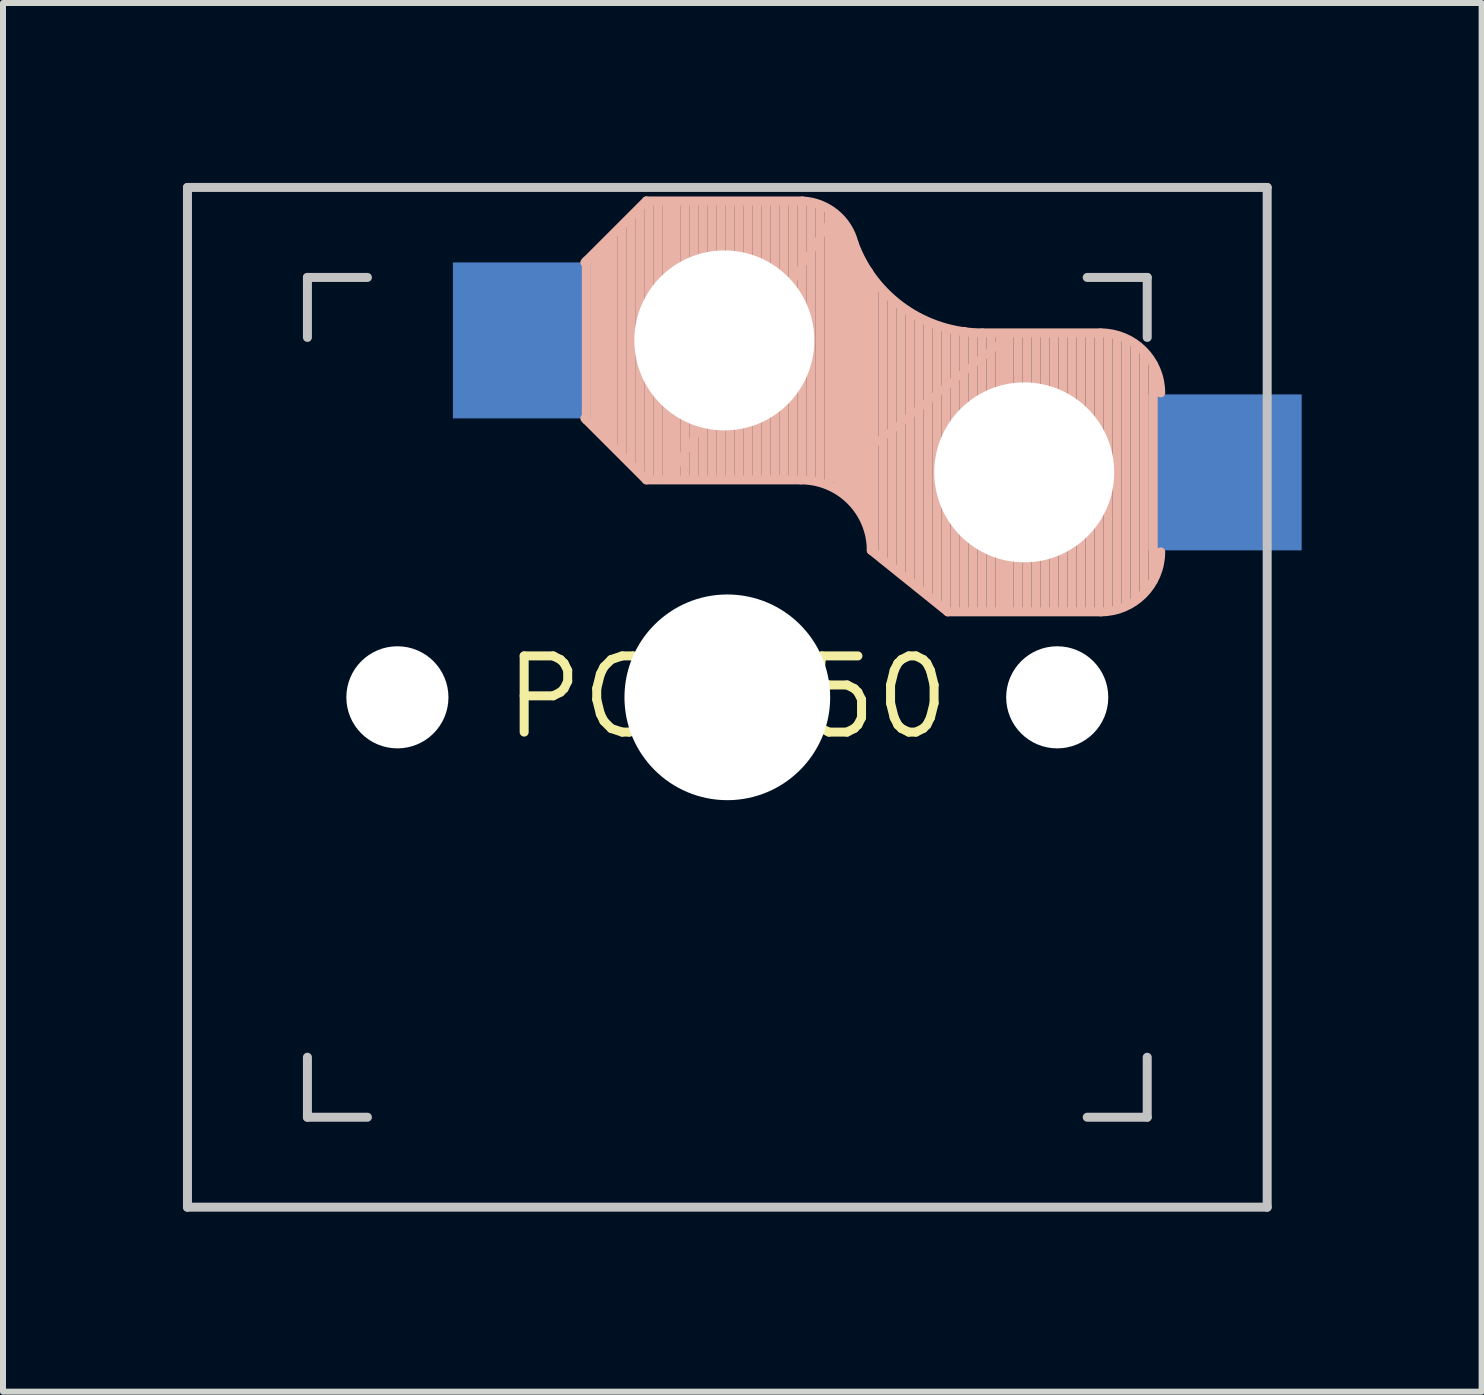
<source format=kicad_pcb>
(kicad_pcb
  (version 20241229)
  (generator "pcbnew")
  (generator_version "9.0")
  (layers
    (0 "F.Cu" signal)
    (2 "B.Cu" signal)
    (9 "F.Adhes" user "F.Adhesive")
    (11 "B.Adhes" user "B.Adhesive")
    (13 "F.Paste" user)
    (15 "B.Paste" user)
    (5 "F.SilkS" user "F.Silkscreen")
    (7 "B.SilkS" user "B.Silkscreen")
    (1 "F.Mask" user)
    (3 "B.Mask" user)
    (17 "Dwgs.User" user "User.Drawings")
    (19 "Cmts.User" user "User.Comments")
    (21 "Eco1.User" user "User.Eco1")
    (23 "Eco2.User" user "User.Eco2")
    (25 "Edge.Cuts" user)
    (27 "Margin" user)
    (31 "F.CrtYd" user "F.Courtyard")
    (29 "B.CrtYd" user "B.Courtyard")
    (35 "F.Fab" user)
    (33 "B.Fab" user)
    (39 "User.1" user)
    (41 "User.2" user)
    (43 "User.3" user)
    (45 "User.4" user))
  (footprint "PG1350"
    (layer "F.Cu")
    (at 9.075 8.575)
    (property "Reference" "PG1350" (at 0 0 0) (layer "F.SilkS") (effects (font (size 1.27 1.27) (thickness 0.15))))
    (attr through_hole)
    (fp_line (start -2.35 -4.625) (end -2.35 -7.275) (stroke (width 0.15) (type solid)) (layer "B.SilkS"))
    (fp_line (start -2.2 -7.4) (end -2.2 -4.55) (stroke (width 0.15) (type solid)) (layer "B.SilkS"))
    (fp_line (start -2.1 -7.5) (end -2.1 -4.45) (stroke (width 0.15) (type solid)) (layer "B.SilkS"))
    (fp_line (start -2 -7.6) (end -2 -4.35) (stroke (width 0.15) (type solid)) (layer "B.SilkS"))
    (fp_line (start -1.9 -7.7) (end -1.9 -4.2) (stroke (width 0.15) (type solid)) (layer "B.SilkS"))
    (fp_line (start -1.75 -7.85) (end -1.75 -4.05) (stroke (width 0.15) (type solid)) (layer "B.SilkS"))
    (fp_line (start -1.6 -8) (end -1.6 -3.9) (stroke (width 0.15) (type solid)) (layer "B.SilkS"))
    (fp_line (start -1.45 -8.15) (end -1.45 -3.75) (stroke (width 0.15) (type solid)) (layer "B.SilkS"))
    (fp_line (start -1.35 -8.275) (end -2.375 -7.25) (stroke (width 0.15) (type solid)) (layer "B.SilkS"))
    (fp_line (start -1.35 -8.275) (end 1.25 -8.275) (stroke (width 0.15) (type solid)) (layer "B.SilkS"))
    (fp_line (start -1.35 -3.625) (end -2.375 -4.65) (stroke (width 0.15) (type solid)) (layer "B.SilkS"))
    (fp_line (start -1.35 -3.625) (end 1.225 -3.625) (stroke (width 0.15) (type solid)) (layer "B.SilkS"))
    (fp_line (start -1.3 -8.25) (end -1.3 -3.65) (stroke (width 0.15) (type solid)) (layer "B.SilkS"))
    (fp_line (start -1.15 -8.25) (end -1.15 -3.65) (stroke (width 0.15) (type solid)) (layer "B.SilkS"))
    (fp_line (start -1 -8.25) (end -1 -3.65) (stroke (width 0.15) (type solid)) (layer "B.SilkS"))
    (fp_line (start -0.95 -8.15) (end -0.95 -3.7) (stroke (width 0.12) (type solid)) (layer "B.SilkS"))
    (fp_line (start -0.95 -3.7) (end 1.75 -8) (stroke (width 0.12) (type solid)) (layer "B.SilkS"))
    (fp_line (start -0.85 -8.25) (end -0.85 -3.65) (stroke (width 0.15) (type solid)) (layer "B.SilkS"))
    (fp_line (start -0.7 -8.25) (end -0.7 -3.65) (stroke (width 0.15) (type solid)) (layer "B.SilkS"))
    (fp_line (start -0.55 -8.25) (end -0.55 -3.65) (stroke (width 0.15) (type solid)) (layer "B.SilkS"))
    (fp_line (start -0.4 -8.25) (end -0.4 -3.65) (stroke (width 0.15) (type solid)) (layer "B.SilkS"))
    (fp_line (start -0.25 -8.25) (end -0.25 -3.65) (stroke (width 0.15) (type solid)) (layer "B.SilkS"))
    (fp_line (start -0.1 -8.25) (end -0.1 -3.65) (stroke (width 0.15) (type solid)) (layer "B.SilkS"))
    (fp_line (start 0.05 -8.25) (end 0.05 -3.65) (stroke (width 0.15) (type solid)) (layer "B.SilkS"))
    (fp_line (start 0.2 -8.25) (end 0.2 -3.65) (stroke (width 0.15) (type solid)) (layer "B.SilkS"))
    (fp_line (start 0.35 -8.25) (end 0.35 -3.65) (stroke (width 0.15) (type solid)) (layer "B.SilkS"))
    (fp_line (start 0.5 -8.25) (end 0.5 -3.65) (stroke (width 0.15) (type solid)) (layer "B.SilkS"))
    (fp_line (start 0.65 -8.25) (end 0.65 -3.65) (stroke (width 0.15) (type solid)) (layer "B.SilkS"))
    (fp_line (start 0.8 -8.25) (end 0.8 -3.65) (stroke (width 0.15) (type solid)) (layer "B.SilkS"))
    (fp_line (start 0.95 -8.25) (end 0.95 -3.65) (stroke (width 0.15) (type solid)) (layer "B.SilkS"))
    (fp_line (start 1.1 -8.25) (end 1.1 -3.7) (stroke (width 0.15) (type solid)) (layer "B.SilkS"))
    (fp_line (start 1.25 -8.25) (end 1.25 -3.65) (stroke (width 0.15) (type solid)) (layer "B.SilkS"))
    (fp_line (start 1.4 -8.25) (end 1.4 -3.65) (stroke (width 0.15) (type solid)) (layer "B.SilkS"))
    (fp_line (start 1.55 -8.2) (end 1.55 -3.65) (stroke (width 0.15) (type solid)) (layer "B.SilkS"))
    (fp_line (start 1.7 -8.1) (end 1.7 -3.55) (stroke (width 0.15) (type solid)) (layer "B.SilkS"))
    (fp_line (start 1.75 -8) (end 1.75 -3.65) (stroke (width 0.12) (type solid)) (layer "B.SilkS"))
    (fp_line (start 1.75 -3.65) (end 4.6 -5.95) (stroke (width 0.12) (type solid)) (layer "B.SilkS"))
    (fp_line (start 1.85 -8) (end 1.85 -3.5) (stroke (width 0.15) (type solid)) (layer "B.SilkS"))
    (fp_line (start 1.95 -7.85) (end 1.95 -3.45) (stroke (width 0.15) (type solid)) (layer "B.SilkS"))
    (fp_line (start 2.05 -7.6) (end 2.05 -3.4) (stroke (width 0.15) (type solid)) (layer "B.SilkS"))
    (fp_line (start 2.15 -7.45) (end 2.15 -3.3) (stroke (width 0.15) (type solid)) (layer "B.SilkS"))
    (fp_line (start 2.25 -7.25) (end 2.25 -3.1) (stroke (width 0.15) (type solid)) (layer "B.SilkS"))
    (fp_line (start 2.35 -7.1) (end 2.35 -2.95) (stroke (width 0.15) (type solid)) (layer "B.SilkS"))
    (fp_line (start 2.45 -6.9) (end 2.45 -2.45) (stroke (width 0.15) (type solid)) (layer "B.SilkS"))
    (fp_line (start 2.6 -6.75) (end 2.6 -2.3) (stroke (width 0.15) (type solid)) (layer "B.SilkS"))
    (fp_line (start 2.75 -6.6) (end 2.75 -2.2) (stroke (width 0.15) (type solid)) (layer "B.SilkS"))
    (fp_line (start 2.9 -6.5) (end 2.9 -2.1) (stroke (width 0.15) (type solid)) (layer "B.SilkS"))
    (fp_line (start 3.05 -6.4) (end 3.05 -1.95) (stroke (width 0.15) (type solid)) (layer "B.SilkS"))
    (fp_line (start 3.2 -6.3) (end 3.2 -1.85) (stroke (width 0.15) (type solid)) (layer "B.SilkS"))
    (fp_line (start 3.35 -6.25) (end 3.35 -1.7) (stroke (width 0.15) (type solid)) (layer "B.SilkS"))
    (fp_line (start 3.5 -6.15) (end 3.5 -1.6) (stroke (width 0.15) (type solid)) (layer "B.SilkS"))
    (fp_line (start 3.65 -6.1) (end 3.65 -1.5) (stroke (width 0.15) (type solid)) (layer "B.SilkS"))
    (fp_line (start 3.675 -1.425) (end 2.4 -2.45) (stroke (width 0.15) (type solid)) (layer "B.SilkS"))
    (fp_line (start 3.675 -1.425) (end 6.225 -1.425) (stroke (width 0.15) (type solid)) (layer "B.SilkS"))
    (fp_line (start 3.8 -6.1) (end 3.8 -1.45) (stroke (width 0.15) (type solid)) (layer "B.SilkS"))
    (fp_line (start 3.95 -6.1) (end 3.95 -1.45) (stroke (width 0.15) (type solid)) (layer "B.SilkS"))
    (fp_line (start 4.1 -6.05) (end 4.1 -1.5) (stroke (width 0.15) (type solid)) (layer "B.SilkS"))
    (fp_line (start 4.25 -6.075) (end 6.225 -6.075) (stroke (width 0.15) (type solid)) (layer "B.SilkS"))
    (fp_line (start 4.25 -6.05) (end 4.25 -1.45) (stroke (width 0.15) (type solid)) (layer "B.SilkS"))
    (fp_line (start 4.4 -6.05) (end 4.4 -1.45) (stroke (width 0.15) (type solid)) (layer "B.SilkS"))
    (fp_line (start 4.55 -6.05) (end 4.55 -1.45) (stroke (width 0.15) (type solid)) (layer "B.SilkS"))
    (fp_line (start 4.6 -5.95) (end 4.6 -1.45) (stroke (width 0.12) (type solid)) (layer "B.SilkS"))
    (fp_line (start 4.7 -6.05) (end 4.7 -1.45) (stroke (width 0.15) (type solid)) (layer "B.SilkS"))
    (fp_line (start 4.85 -6.05) (end 4.85 -1.45) (stroke (width 0.15) (type solid)) (layer "B.SilkS"))
    (fp_line (start 5 -6.05) (end 5 -1.45) (stroke (width 0.15) (type solid)) (layer "B.SilkS"))
    (fp_line (start 5.15 -6.05) (end 5.15 -1.45) (stroke (width 0.15) (type solid)) (layer "B.SilkS"))
    (fp_line (start 5.3 -6.05) (end 5.3 -1.45) (stroke (width 0.15) (type solid)) (layer "B.SilkS"))
    (fp_line (start 5.45 -6.05) (end 5.45 -1.45) (stroke (width 0.15) (type solid)) (layer "B.SilkS"))
    (fp_line (start 5.6 -6.05) (end 5.6 -1.45) (stroke (width 0.15) (type solid)) (layer "B.SilkS"))
    (fp_line (start 5.75 -6.05) (end 5.75 -1.45) (stroke (width 0.15) (type solid)) (layer "B.SilkS"))
    (fp_line (start 5.9 -6.05) (end 5.9 -1.45) (stroke (width 0.15) (type solid)) (layer "B.SilkS"))
    (fp_line (start 6.05 -6.05) (end 6.05 -1.45) (stroke (width 0.15) (type solid)) (layer "B.SilkS"))
    (fp_line (start 6.2 -6.05) (end 6.2 -1.45) (stroke (width 0.15) (type solid)) (layer "B.SilkS"))
    (fp_line (start 6.35 -6.05) (end 6.35 -1.5) (stroke (width 0.15) (type solid)) (layer "B.SilkS"))
    (fp_line (start 6.5 -6) (end 6.5 -1.5) (stroke (width 0.15) (type solid)) (layer "B.SilkS"))
    (fp_line (start 6.65 -5.95) (end 6.65 -1.55) (stroke (width 0.15) (type solid)) (layer "B.SilkS"))
    (fp_line (start 6.8 -5.85) (end 6.8 -1.65) (stroke (width 0.15) (type solid)) (layer "B.SilkS"))
    (fp_line (start 6.95 -5.75) (end 6.95 -1.75) (stroke (width 0.15) (type solid)) (layer "B.SilkS"))
    (fp_line (start 7.1 -5.55) (end 7.1 -1.95) (stroke (width 0.15) (type solid)) (layer "B.SilkS"))
    (fp_arc (start 1.225 -3.625) (mid 2.05585 -3.28085) (end 2.4 -2.45) (stroke (width 0.15) (type solid)) (layer "B.SilkS"))
    (fp_arc (start 1.250995 -8.273791) (mid 1.798286 -8.066021) (end 2.112199 -7.571904) (stroke (width 0.15) (type solid)) (layer "B.SilkS"))
    (fp_arc (start 4.25 -6.075) (mid 2.945114 -6.486429) (end 2.112199 -7.571904) (stroke (width 0.15) (type solid)) (layer "B.SilkS"))
    (fp_arc (start 6.225 -6.075) (mid 6.932107 -5.782107) (end 7.225 -5.075) (stroke (width 0.15) (type solid)) (layer "B.SilkS"))
    (fp_arc (start 7.225 -2.425) (mid 6.932107 -1.717893) (end 6.225 -1.425) (stroke (width 0.15) (type solid)) (layer "B.SilkS"))
    (fp_line (start -9 -8.5) (end 9 -8.5) (stroke (width 0.15) (type solid)) (layer "Dwgs.User"))
    (fp_line (start -9 8.5) (end -9 -8.5) (stroke (width 0.15) (type solid)) (layer "Dwgs.User"))
    (fp_line (start -7 -6) (end -7 -7) (stroke (width 0.15) (type solid)) (layer "Dwgs.User"))
    (fp_line (start -7 7) (end -7 6) (stroke (width 0.15) (type solid)) (layer "Dwgs.User"))
    (fp_line (start -7 7) (end -6 7) (stroke (width 0.15) (type solid)) (layer "Dwgs.User"))
    (fp_line (start -6 -7) (end -7 -7) (stroke (width 0.15) (type solid)) (layer "Dwgs.User"))
    (fp_line (start 6 7) (end 7 7) (stroke (width 0.15) (type solid)) (layer "Dwgs.User"))
    (fp_line (start 7 -7) (end 6 -7) (stroke (width 0.15) (type solid)) (layer "Dwgs.User"))
    (fp_line (start 7 -7) (end 7 -6) (stroke (width 0.15) (type solid)) (layer "Dwgs.User"))
    (fp_line (start 7 6) (end 7 7) (stroke (width 0.15) (type solid)) (layer "Dwgs.User"))
    (fp_line (start 9 -8.5) (end 9 8.5) (stroke (width 0.15) (type solid)) (layer "Dwgs.User"))
    (fp_line (start 9 8.5) (end -9 8.5) (stroke (width 0.15) (type solid)) (layer "Dwgs.User"))
    (pad "" np_thru_hole circle (at -5.5 0) (size 1.702 1.702) (drill 1.702) (layers "*.Cu" "*.Mask"))
    (pad "" np_thru_hole circle (at -0.05 -5.95 270) (size 3 3) (drill 3) (layers "*.Cu" "*.Mask"))
    (pad "" np_thru_hole circle (at 0 0) (size 3.429 3.429) (drill 3.429) (layers "*.Cu" "*.Mask"))
    (pad "" np_thru_hole circle (at 4.95 -3.75 270) (size 3 3) (drill 3) (layers "*.Cu" "*.Mask"))
    (pad "" np_thru_hole circle (at 5.5 0) (size 1.702 1.702) (drill 1.702) (layers "*.Cu" "*.Mask"))
    (pad "1" smd rect (at -3.275 -5.95) (size 2.6 2.6) (layers "B.Cu" "B.Mask" "B.Paste"))
    (pad "2" smd rect (at 8.275 -3.75) (size 2.6 2.6) (layers "B.Cu" "B.Mask" "B.Paste")))
  (gr_rect
    (start -3 -3)
    (end 21.65 20.15)
    (stroke (width 0.1) (type default))
    (fill no)
    (layer "Edge.Cuts")))
</source>
